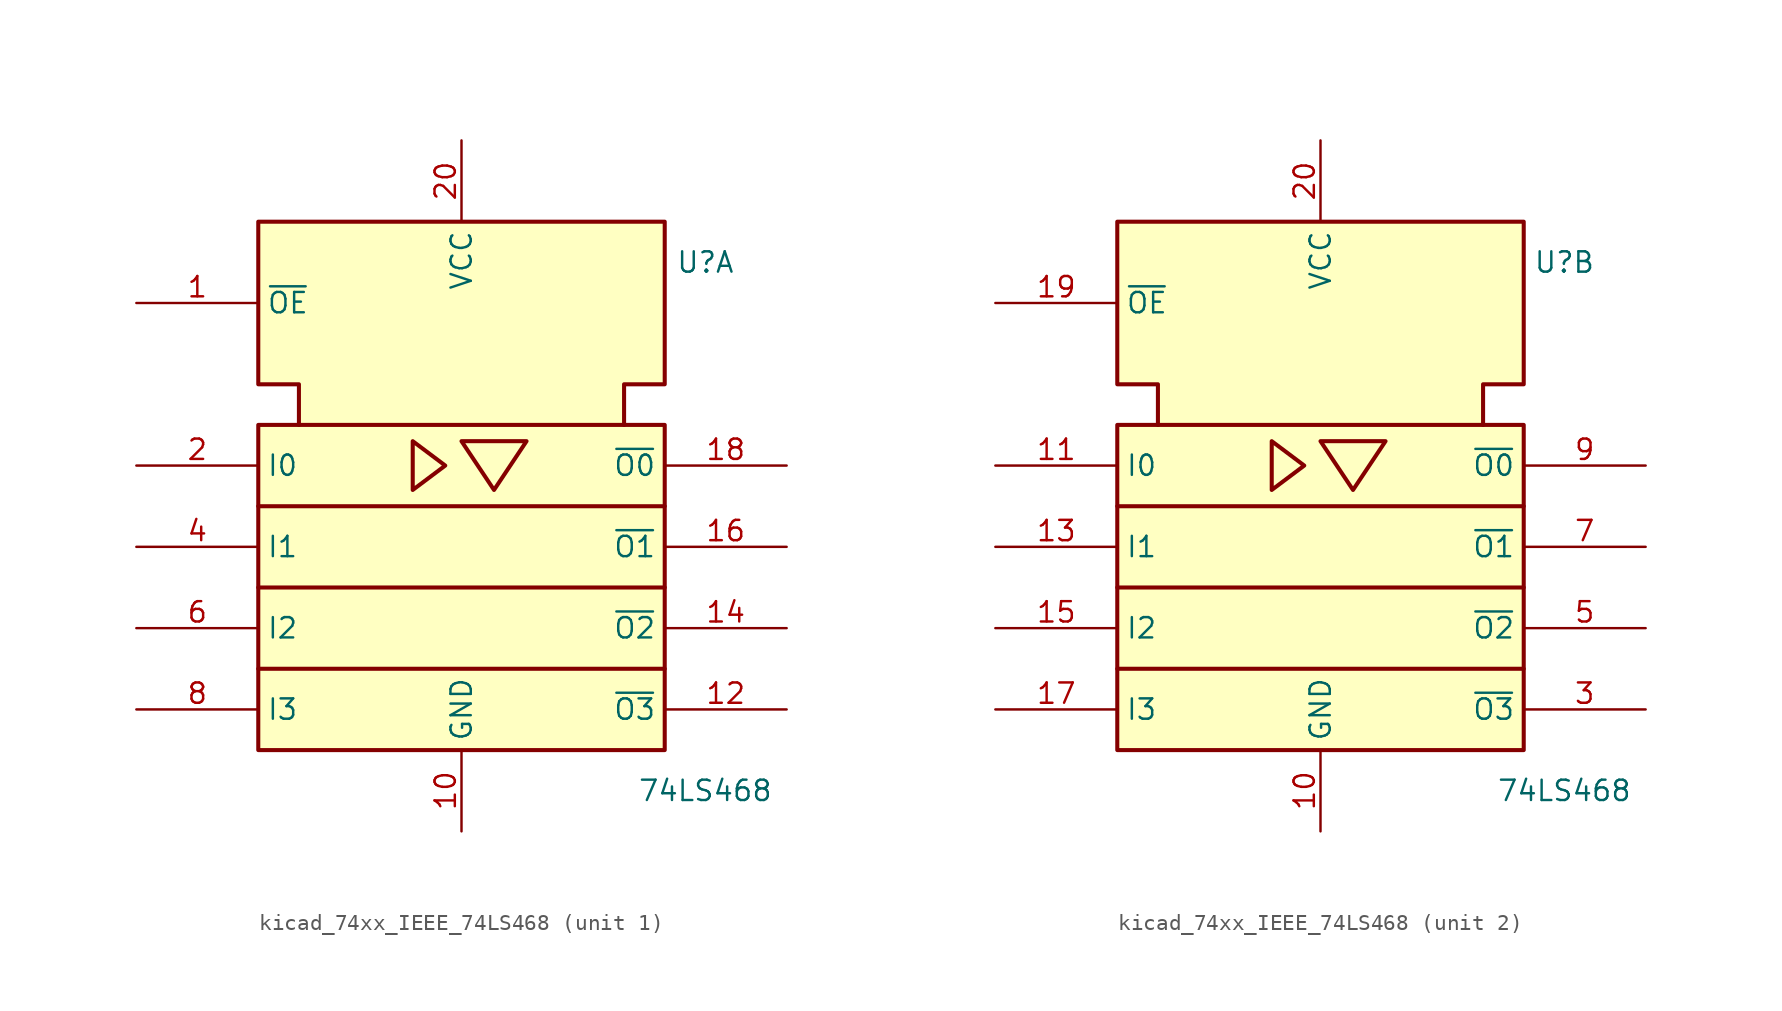
<source format=kicad_sym>
(kicad_symbol_lib
  (version 20220914)
  (generator kicad_symbol_editor)
  (symbol "kicad_74xx_IEEE_74LS468"
    (property "Reference" "U"
      (at 15.24 17.78 0)
      (effects (font (size 1.27 1.27))))
    (property "Value" "74LS468"
      (at 15.24 -15.24 0)
      (effects (font (size 1.27 1.27))))
    (symbol "kicad_74xx_IEEE_74LS468_0_0"
      (polyline (pts (xy -3.048 6.604) (xy -3.048 3.556) (xy -1.016 5.08) (xy -3.048 6.604) (xy -3.048 6.604)) (stroke (width 0.254) (type default)) (fill (type background)))
      (polyline (pts (xy 0.508 6.604) (xy 4.064 6.604) (xy 2.032 3.556) (xy 0 6.604) (xy 0.508 6.604) (xy 0.508 6.604)) (stroke (width 0.254) (type default)) (fill (type background))))
    (symbol "kicad_74xx_IEEE_74LS468_0_1"
      (rectangle (start -12.7 7.62) (end 12.7 -12.7) (stroke (width 0.254) (type default)) (fill (type background)))
      (polyline (pts (xy -12.7 -7.62) (xy 12.7 -7.62) (xy 12.7 -7.62)) (stroke (width 0.254) (type default)) (fill (type background)))
      (polyline (pts (xy -12.7 -2.54) (xy 12.7 -2.54) (xy 12.7 -2.54)) (stroke (width 0.254) (type default)) (fill (type background)))
      (polyline (pts (xy -12.7 2.54) (xy 12.7 2.54) (xy 12.7 2.54)) (stroke (width 0.254) (type default)) (fill (type background)))
      (polyline (pts (xy -10.16 7.62) (xy -10.16 10.16) (xy -12.7 10.16) (xy -12.7 20.32) (xy 12.7 20.32) (xy 12.7 10.16) (xy 10.16 10.16) (xy 10.16 7.62) (xy 10.16 7.62)) (stroke (width 0.254) (type default)) (fill (type background)))
      (pin power_in line (at 0 -17.78 90) (length 5.08) (name "GND" (effects (font (size 1.27 1.27)))) (number "10" (effects (font (size 1.27 1.27)))))
      (pin power_in line (at 0 25.4 270) (length 5.08) (name "VCC" (effects (font (size 1.27 1.27)))) (number "20" (effects (font (size 1.27 1.27))))))
    (symbol "kicad_74xx_IEEE_74LS468_1_1"
      (pin input line (at -20.32 15.24 0) (length 7.62) (name "~{OE}" (effects (font (size 1.27 1.27)))) (number "1" (effects (font (size 1.27 1.27)))))
      (pin tri_state line (at 20.32 -10.16 180) (length 7.62) (name "~{O3}" (effects (font (size 1.27 1.27)))) (number "12" (effects (font (size 1.27 1.27)))))
      (pin tri_state line (at 20.32 -5.08 180) (length 7.62) (name "~{O2}" (effects (font (size 1.27 1.27)))) (number "14" (effects (font (size 1.27 1.27)))))
      (pin tri_state line (at 20.32 0 180) (length 7.62) (name "~{O1}" (effects (font (size 1.27 1.27)))) (number "16" (effects (font (size 1.27 1.27)))))
      (pin tri_state line (at 20.32 5.08 180) (length 7.62) (name "~{O0}" (effects (font (size 1.27 1.27)))) (number "18" (effects (font (size 1.27 1.27)))))
      (pin input line (at -20.32 5.08 0) (length 7.62) (name "I0" (effects (font (size 1.27 1.27)))) (number "2" (effects (font (size 1.27 1.27)))))
      (pin input line (at -20.32 0 0) (length 7.62) (name "I1" (effects (font (size 1.27 1.27)))) (number "4" (effects (font (size 1.27 1.27)))))
      (pin input line (at -20.32 -5.08 0) (length 7.62) (name "I2" (effects (font (size 1.27 1.27)))) (number "6" (effects (font (size 1.27 1.27)))))
      (pin input line (at -20.32 -10.16 0) (length 7.62) (name "I3" (effects (font (size 1.27 1.27)))) (number "8" (effects (font (size 1.27 1.27))))))
    (symbol "kicad_74xx_IEEE_74LS468_2_1"
      (pin input line (at -20.32 5.08 0) (length 7.62) (name "I0" (effects (font (size 1.27 1.27)))) (number "11" (effects (font (size 1.27 1.27)))))
      (pin input line (at -20.32 0 0) (length 7.62) (name "I1" (effects (font (size 1.27 1.27)))) (number "13" (effects (font (size 1.27 1.27)))))
      (pin input line (at -20.32 -5.08 0) (length 7.62) (name "I2" (effects (font (size 1.27 1.27)))) (number "15" (effects (font (size 1.27 1.27)))))
      (pin input line (at -20.32 -10.16 0) (length 7.62) (name "I3" (effects (font (size 1.27 1.27)))) (number "17" (effects (font (size 1.27 1.27)))))
      (pin input line (at -20.32 15.24 0) (length 7.62) (name "~{OE}" (effects (font (size 1.27 1.27)))) (number "19" (effects (font (size 1.27 1.27)))))
      (pin tri_state line (at 20.32 -10.16 180) (length 7.62) (name "~{O3}" (effects (font (size 1.27 1.27)))) (number "3" (effects (font (size 1.27 1.27)))))
      (pin tri_state line (at 20.32 -5.08 180) (length 7.62) (name "~{O2}" (effects (font (size 1.27 1.27)))) (number "5" (effects (font (size 1.27 1.27)))))
      (pin tri_state line (at 20.32 0 180) (length 7.62) (name "~{O1}" (effects (font (size 1.27 1.27)))) (number "7" (effects (font (size 1.27 1.27)))))
      (pin tri_state line (at 20.32 5.08 180) (length 7.62) (name "~{O0}" (effects (font (size 1.27 1.27)))) (number "9" (effects (font (size 1.27 1.27))))))))
</source>
